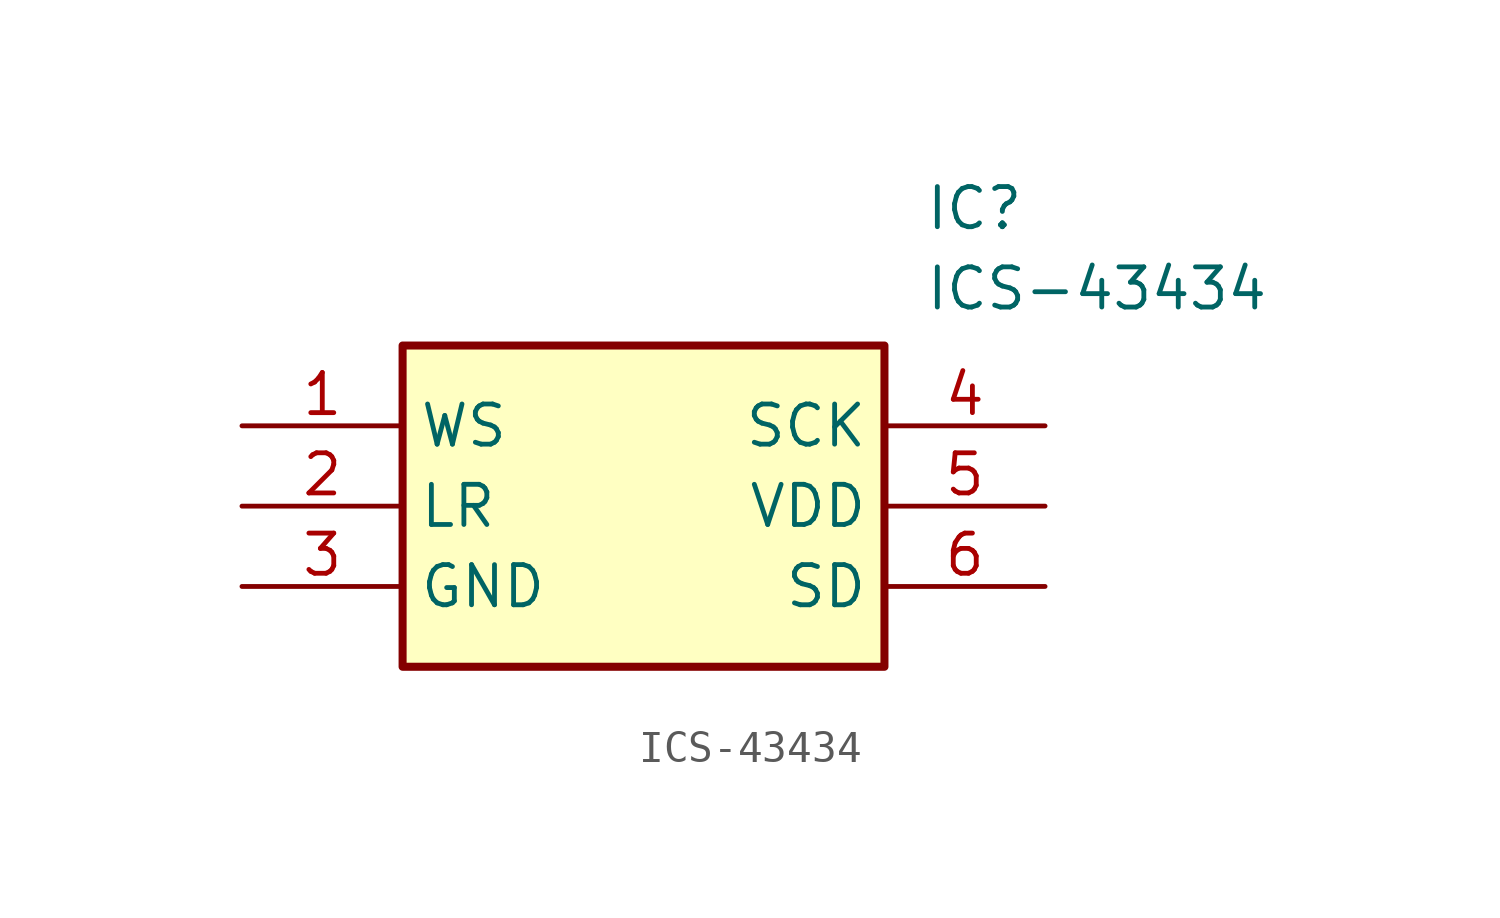
<source format=kicad_sym>
(kicad_symbol_lib
  (version 20211014)
  (generator SamacSys_ECAD_Model)
  (symbol "ICS-43434"
    (property "Reference" "IC"
      (at 21.59 7.62 0)
      (effects (font (size 1.27 1.27)) (justify left top)))
    (property "Value" "ICS-43434"
      (at 21.59 5.08 0)
      (effects (font (size 1.27 1.27)) (justify left top)))
    (rectangle
      (start 5.08 2.54)
      (end 20.32 -7.62)
      (stroke (width 0.254) (type default))
      (fill (type background)))
    (pin passive line
      (at 0 0 0)
      (length 5.08)
      (name "WS" (effects (font (size 1.27 1.27))))
      (number "1" (effects (font (size 1.27 1.27)))))
    (pin passive line
      (at 0 -2.54 0)
      (length 5.08)
      (name "LR" (effects (font (size 1.27 1.27))))
      (number "2" (effects (font (size 1.27 1.27)))))
    (pin passive line
      (at 0 -5.08 0)
      (length 5.08)
      (name "GND" (effects (font (size 1.27 1.27))))
      (number "3" (effects (font (size 1.27 1.27)))))
    (pin passive line
      (at 25.4 0 180)
      (length 5.08)
      (name "SCK" (effects (font (size 1.27 1.27))))
      (number "4" (effects (font (size 1.27 1.27)))))
    (pin passive line
      (at 25.4 -2.54 180)
      (length 5.08)
      (name "VDD" (effects (font (size 1.27 1.27))))
      (number "5" (effects (font (size 1.27 1.27)))))
    (pin passive line
      (at 25.4 -5.08 180)
      (length 5.08)
      (name "SD" (effects (font (size 1.27 1.27))))
      (number "6" (effects (font (size 1.27 1.27)))))))
</source>
